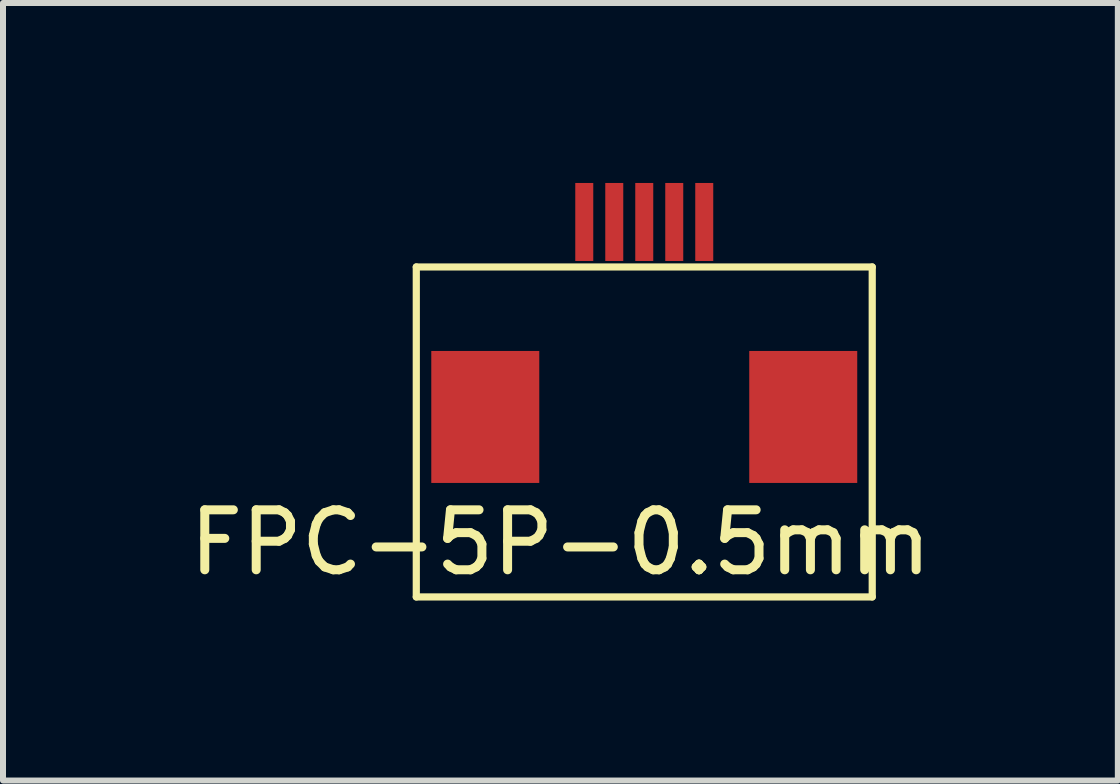
<source format=kicad_pcb>
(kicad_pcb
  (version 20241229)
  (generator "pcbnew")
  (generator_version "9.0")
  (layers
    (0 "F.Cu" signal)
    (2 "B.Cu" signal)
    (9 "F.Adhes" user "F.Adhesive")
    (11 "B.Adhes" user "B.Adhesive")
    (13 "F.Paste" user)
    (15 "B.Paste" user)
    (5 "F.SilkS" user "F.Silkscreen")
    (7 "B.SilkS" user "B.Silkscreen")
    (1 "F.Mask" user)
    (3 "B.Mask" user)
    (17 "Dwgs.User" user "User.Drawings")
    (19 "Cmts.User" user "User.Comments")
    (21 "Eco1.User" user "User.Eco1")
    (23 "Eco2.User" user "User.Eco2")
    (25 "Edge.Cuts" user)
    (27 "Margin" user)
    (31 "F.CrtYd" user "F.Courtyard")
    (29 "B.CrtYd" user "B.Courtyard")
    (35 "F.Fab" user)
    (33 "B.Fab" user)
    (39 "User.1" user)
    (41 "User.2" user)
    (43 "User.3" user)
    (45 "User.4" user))
  (footprint "FPC-5P-0.5mm"
    (layer "F.Cu")
    (at 7.689 2.5)
    (property "Reference" "FPC-5P-0.5mm" (at -1.397 3.493 0) (layer "F.SilkS") (effects (font (size 1 1) (thickness 0.15))))
    (attr through_hole)
    (fp_line (start -3.8 4.4) (end -3.8 -1.1) (stroke (width 0.12) (type solid)) (layer "F.SilkS"))
    (fp_line (start -3.8 4.4) (end 3.8 4.4) (stroke (width 0.12) (type solid)) (layer "F.SilkS"))
    (fp_line (start 3.8 -1.1) (end -3.8 -1.1) (stroke (width 0.12) (type solid)) (layer "F.SilkS"))
    (fp_line (start 3.8 4.4) (end 3.8 -1.1) (stroke (width 0.12) (type solid)) (layer "F.SilkS"))
    (pad "1" smd rect (at -1 -1.85) (size 0.3 1.3) (layers "F.Cu" "F.Mask" "F.Paste"))
    (pad "2" smd rect (at -0.5 -1.85) (size 0.3 1.3) (layers "F.Cu" "F.Mask" "F.Paste"))
    (pad "3" smd rect (at 0 -1.85) (size 0.3 1.3) (layers "F.Cu" "F.Mask" "F.Paste"))
    (pad "4" smd rect (at 0.5 -1.85) (size 0.3 1.3) (layers "F.Cu" "F.Mask" "F.Paste"))
    (pad "5" smd rect (at 1 -1.85) (size 0.3 1.3) (layers "F.Cu" "F.Mask" "F.Paste"))
    (pad "MP" smd rect (at -2.65 1.4) (size 1.8 2.2) (layers "F.Cu" "F.Mask" "F.Paste"))
    (pad "MP" smd rect (at 2.65 1.4) (size 1.8 2.2) (layers "F.Cu" "F.Mask" "F.Paste")))
  (gr_rect
    (start -3 -3)
    (end 15.583 9.96)
    (stroke (width 0.1) (type default))
    (fill no)
    (layer "Edge.Cuts")))
</source>
